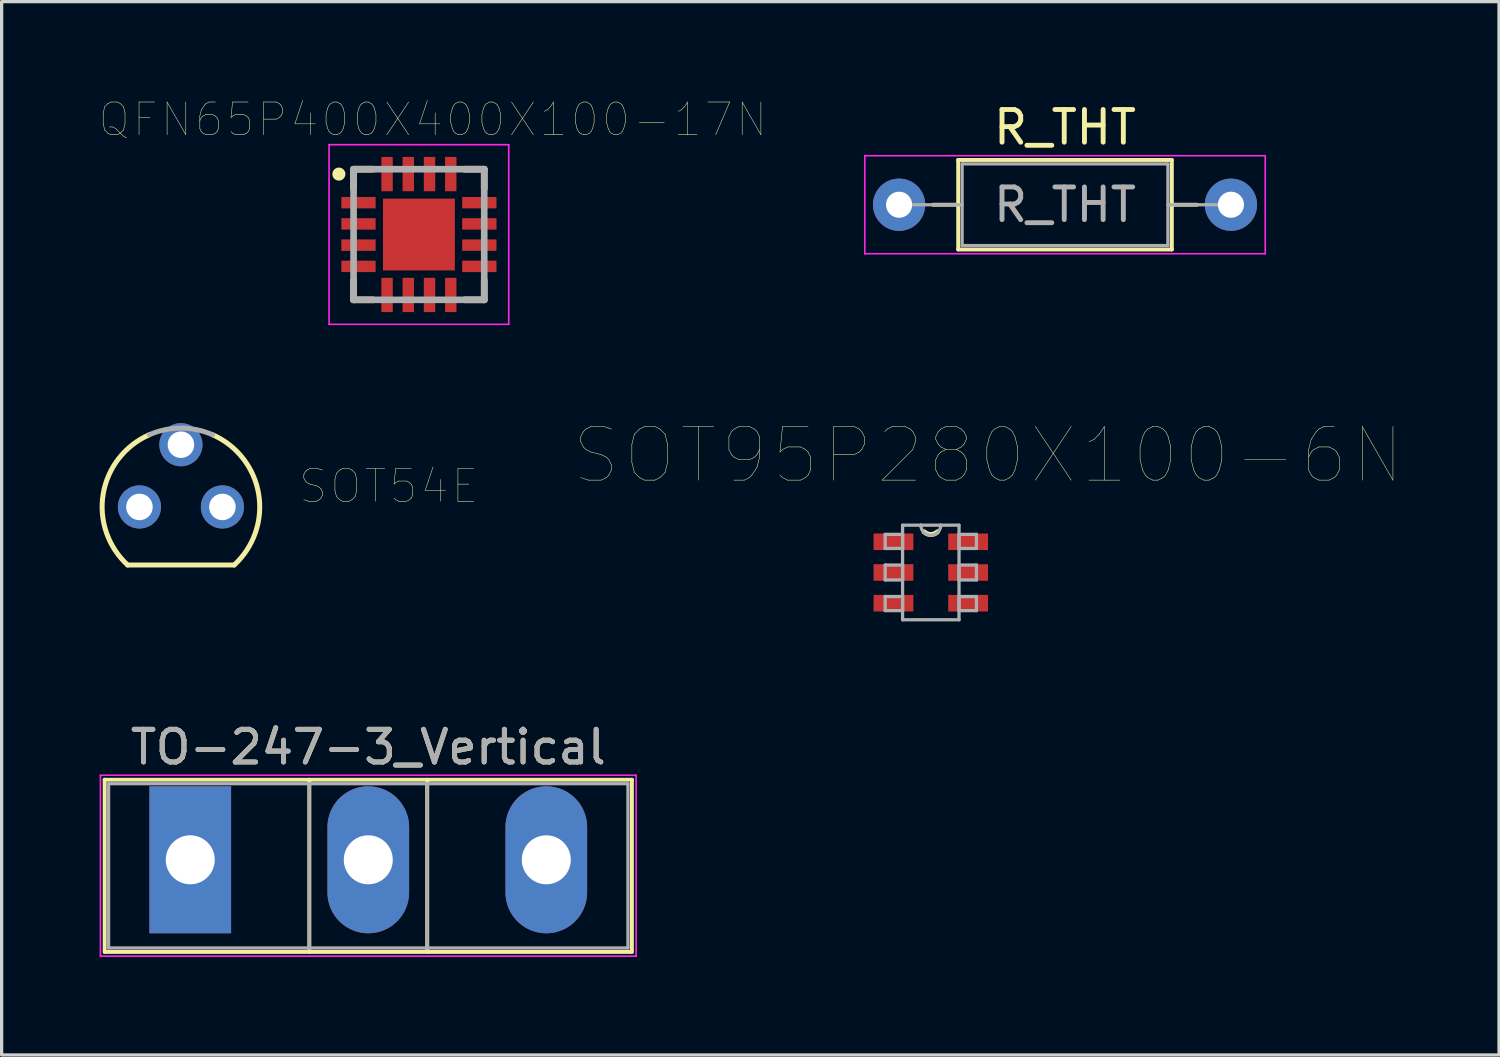
<source format=kicad_pcb>
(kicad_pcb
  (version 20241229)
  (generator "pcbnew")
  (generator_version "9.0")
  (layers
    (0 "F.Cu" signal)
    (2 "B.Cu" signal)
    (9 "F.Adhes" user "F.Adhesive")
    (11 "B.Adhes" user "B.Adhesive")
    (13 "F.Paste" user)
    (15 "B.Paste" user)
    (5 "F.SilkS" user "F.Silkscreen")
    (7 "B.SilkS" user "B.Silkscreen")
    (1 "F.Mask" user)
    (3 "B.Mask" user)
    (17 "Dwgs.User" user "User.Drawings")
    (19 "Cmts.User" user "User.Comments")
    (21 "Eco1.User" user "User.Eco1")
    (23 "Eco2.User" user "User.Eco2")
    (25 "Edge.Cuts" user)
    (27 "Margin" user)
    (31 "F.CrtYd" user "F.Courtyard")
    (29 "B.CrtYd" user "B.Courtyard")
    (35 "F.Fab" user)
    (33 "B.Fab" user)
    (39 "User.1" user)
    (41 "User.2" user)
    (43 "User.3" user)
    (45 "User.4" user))
  (footprint "QFN65P400X400X100-17N"
    (layer "F.Cu")
    (at 9.775 4.13)
    (property "Reference" "QFN65P400X400X100-17N" (at 0.426 -3.518 0) (layer "F.SilkS") (effects (font (size 1.002 1.002) (thickness 0.015))))
    (attr through_hole)
    (fp_line (start -2 -2) (end -2 -1.4) (stroke (width 0.203) (type solid)) (layer "F.SilkS"))
    (fp_line (start -2 -2) (end -1.4 -2) (stroke (width 0.203) (type solid)) (layer "F.SilkS"))
    (fp_line (start -2 2) (end -2 1.4) (stroke (width 0.203) (type solid)) (layer "F.SilkS"))
    (fp_line (start -2 2) (end -1.4 2) (stroke (width 0.203) (type solid)) (layer "F.SilkS"))
    (fp_line (start 2 -2) (end 1.4 -2) (stroke (width 0.203) (type solid)) (layer "F.SilkS"))
    (fp_line (start 2 -2) (end 2 -1.4) (stroke (width 0.203) (type solid)) (layer "F.SilkS"))
    (fp_line (start 2 2) (end 1.4 2) (stroke (width 0.203) (type solid)) (layer "F.SilkS"))
    (fp_line (start 2 2) (end 2 1.4) (stroke (width 0.203) (type solid)) (layer "F.SilkS"))
    (fp_circle (center -2.45 -1.85) (end -2.25 -1.85) (stroke (width 0) (type solid)) (fill yes) (layer "F.SilkS"))
    (fp_poly (pts (xy -0.696 -0.695) (xy 0.695 -0.695) (xy 0.695 0.696) (xy -0.696 0.696)) (stroke (width 0.01) (type solid)) (fill yes) (layer "F.Paste"))
    (fp_line (start -2.75 -2.75) (end 2.75 -2.75) (stroke (width 0.05) (type solid)) (layer "F.CrtYd"))
    (fp_line (start -2.75 2.75) (end -2.75 -2.75) (stroke (width 0.05) (type solid)) (layer "F.CrtYd"))
    (fp_line (start 2.75 -2.75) (end 2.75 2.75) (stroke (width 0.05) (type solid)) (layer "F.CrtYd"))
    (fp_line (start 2.75 2.75) (end -2.75 2.75) (stroke (width 0.05) (type solid)) (layer "F.CrtYd"))
    (fp_line (start -2 -2) (end -2 2) (stroke (width 0.203) (type solid)) (layer "F.Fab"))
    (fp_line (start -2 2) (end 2 2) (stroke (width 0.203) (type solid)) (layer "F.Fab"))
    (fp_line (start 2 -2) (end -2 -2) (stroke (width 0.203) (type solid)) (layer "F.Fab"))
    (fp_line (start 2 2) (end 2 -2) (stroke (width 0.203) (type solid)) (layer "F.Fab"))
    (pad "1" smd rect (at -1.85 -0.975) (size 1.05 0.35) (layers "F.Cu" "F.Mask" "F.Paste"))
    (pad "2" smd rect (at -1.85 -0.325) (size 1.05 0.35) (layers "F.Cu" "F.Mask" "F.Paste"))
    (pad "3" smd rect (at -1.85 0.325) (size 1.05 0.35) (layers "F.Cu" "F.Mask" "F.Paste"))
    (pad "4" smd rect (at -1.85 0.975) (size 1.05 0.35) (layers "F.Cu" "F.Mask" "F.Paste"))
    (pad "5" smd rect (at -0.975 1.85) (size 0.35 1.05) (layers "F.Cu" "F.Mask" "F.Paste"))
    (pad "6" smd rect (at -0.325 1.85) (size 0.35 1.05) (layers "F.Cu" "F.Mask" "F.Paste"))
    (pad "7" smd rect (at 0.325 1.85) (size 0.35 1.05) (layers "F.Cu" "F.Mask" "F.Paste"))
    (pad "8" smd rect (at 0.975 1.85) (size 0.35 1.05) (layers "F.Cu" "F.Mask" "F.Paste"))
    (pad "9" smd rect (at 1.85 0.975) (size 1.05 0.35) (layers "F.Cu" "F.Mask" "F.Paste"))
    (pad "10" smd rect (at 1.85 0.325) (size 1.05 0.35) (layers "F.Cu" "F.Mask" "F.Paste"))
    (pad "11" smd rect (at 1.85 -0.325) (size 1.05 0.35) (layers "F.Cu" "F.Mask" "F.Paste"))
    (pad "12" smd rect (at 1.85 -0.975) (size 1.05 0.35) (layers "F.Cu" "F.Mask" "F.Paste"))
    (pad "13" smd rect (at 0.975 -1.85) (size 0.35 1.05) (layers "F.Cu" "F.Mask" "F.Paste"))
    (pad "14" smd rect (at 0.325 -1.85) (size 0.35 1.05) (layers "F.Cu" "F.Mask" "F.Paste"))
    (pad "15" smd rect (at -0.325 -1.85) (size 0.35 1.05) (layers "F.Cu" "F.Mask" "F.Paste"))
    (pad "16" smd rect (at -0.975 -1.85) (size 0.35 1.05) (layers "F.Cu" "F.Mask" "F.Paste"))
    (pad "17" smd rect (at 0 0) (size 2.2 2.2) (layers "F.Cu" "F.Mask")))
  (footprint "SOT95P280X100-6N"
    (layer "F.Cu")
    (at 25.447 14.477)
    (property "Reference" "SOT95P280X100-6N" (at 1.755 -3.586 0) (layer "F.SilkS") (effects (font (size 1.642 1.642) (thickness 0.015))))
    (attr through_hole)
    (fp_arc (start 0.2032 -1.2446) (mid 0 -1.162502) (end -0.2032 -1.2446) (stroke (width 0.1524) (type solid)) (layer "F.SilkS"))
    (fp_line (start -1.397 -1.168) (end -1.397 -0.737) (stroke (width 0.1) (type solid)) (layer "F.Fab"))
    (fp_line (start -1.397 -0.737) (end -0.864 -0.737) (stroke (width 0.1) (type solid)) (layer "F.Fab"))
    (fp_line (start -1.397 -0.229) (end -1.397 0.229) (stroke (width 0.1) (type solid)) (layer "F.Fab"))
    (fp_line (start -1.397 0.229) (end -0.864 0.229) (stroke (width 0.1) (type solid)) (layer "F.Fab"))
    (fp_line (start -1.397 0.737) (end -1.397 1.168) (stroke (width 0.1) (type solid)) (layer "F.Fab"))
    (fp_line (start -1.397 1.168) (end -0.864 1.168) (stroke (width 0.1) (type solid)) (layer "F.Fab"))
    (fp_line (start -0.864 -1.448) (end -0.864 1.448) (stroke (width 0.1) (type solid)) (layer "F.Fab"))
    (fp_line (start -0.864 -1.168) (end -1.397 -1.168) (stroke (width 0.1) (type solid)) (layer "F.Fab"))
    (fp_line (start -0.864 -0.737) (end -0.864 -1.168) (stroke (width 0.1) (type solid)) (layer "F.Fab"))
    (fp_line (start -0.864 -0.229) (end -1.397 -0.229) (stroke (width 0.1) (type solid)) (layer "F.Fab"))
    (fp_line (start -0.864 0.229) (end -0.864 -0.229) (stroke (width 0.1) (type solid)) (layer "F.Fab"))
    (fp_line (start -0.864 0.737) (end -1.397 0.737) (stroke (width 0.1) (type solid)) (layer "F.Fab"))
    (fp_line (start -0.864 1.168) (end -0.864 0.737) (stroke (width 0.1) (type solid)) (layer "F.Fab"))
    (fp_line (start -0.864 1.448) (end 0.864 1.448) (stroke (width 0.1) (type solid)) (layer "F.Fab"))
    (fp_line (start -0.305 -1.448) (end -0.864 -1.448) (stroke (width 0.1) (type solid)) (layer "F.Fab"))
    (fp_line (start 0.305 -1.448) (end -0.305 -1.448) (stroke (width 0.1) (type solid)) (layer "F.Fab"))
    (fp_line (start 0.864 -1.448) (end 0.305 -1.448) (stroke (width 0.1) (type solid)) (layer "F.Fab"))
    (fp_line (start 0.864 -1.168) (end 0.864 -0.737) (stroke (width 0.1) (type solid)) (layer "F.Fab"))
    (fp_line (start 0.864 -0.737) (end 1.397 -0.737) (stroke (width 0.1) (type solid)) (layer "F.Fab"))
    (fp_line (start 0.864 -0.229) (end 0.864 0.229) (stroke (width 0.1) (type solid)) (layer "F.Fab"))
    (fp_line (start 0.864 0.229) (end 1.397 0.229) (stroke (width 0.1) (type solid)) (layer "F.Fab"))
    (fp_line (start 0.864 0.737) (end 0.864 1.168) (stroke (width 0.1) (type solid)) (layer "F.Fab"))
    (fp_line (start 0.864 1.168) (end 1.397 1.168) (stroke (width 0.1) (type solid)) (layer "F.Fab"))
    (fp_line (start 0.864 1.448) (end 0.864 -1.448) (stroke (width 0.1) (type solid)) (layer "F.Fab"))
    (fp_line (start 1.397 -1.168) (end 0.864 -1.168) (stroke (width 0.1) (type solid)) (layer "F.Fab"))
    (fp_line (start 1.397 -0.737) (end 1.397 -1.168) (stroke (width 0.1) (type solid)) (layer "F.Fab"))
    (fp_line (start 1.397 -0.229) (end 0.864 -0.229) (stroke (width 0.1) (type solid)) (layer "F.Fab"))
    (fp_line (start 1.397 0.229) (end 1.397 -0.229) (stroke (width 0.1) (type solid)) (layer "F.Fab"))
    (fp_line (start 1.397 0.737) (end 0.864 0.737) (stroke (width 0.1) (type solid)) (layer "F.Fab"))
    (fp_line (start 1.397 1.168) (end 1.397 0.737) (stroke (width 0.1) (type solid)) (layer "F.Fab"))
    (fp_arc (start 0.3048 -1.4478) (mid 0 -1.143) (end -0.3048 -1.4478) (stroke (width 0.1) (type solid)) (layer "F.Fab"))
    (pad "1" smd rect (at -1.143 -0.94) (size 1.219 0.508) (layers "F.Cu" "F.Mask" "F.Paste"))
    (pad "2" smd rect (at -1.143 0) (size 1.219 0.508) (layers "F.Cu" "F.Mask" "F.Paste"))
    (pad "3" smd rect (at -1.143 0.94) (size 1.219 0.508) (layers "F.Cu" "F.Mask" "F.Paste"))
    (pad "4" smd rect (at 1.143 0.94) (size 1.219 0.508) (layers "F.Cu" "F.Mask" "F.Paste"))
    (pad "5" smd rect (at 1.143 0) (size 1.219 0.508) (layers "F.Cu" "F.Mask" "F.Paste"))
    (pad "6" smd rect (at 1.143 -0.94) (size 1.219 0.508) (layers "F.Cu" "F.Mask" "F.Paste")))
  (footprint "R_THT"
    (layer "F.Cu")
    (at 24.476 3.218)
    (property "Reference" "R_THT" (at 5.08 -2.37 0) (layer "F.SilkS") (effects (font (size 1 1) (thickness 0.15))))
    (attr through_hole)
    (fp_line (start 1.04 0) (end 1.81 0) (stroke (width 0.12) (type solid)) (layer "F.SilkS"))
    (fp_line (start 1.81 -1.37) (end 1.81 1.37) (stroke (width 0.12) (type solid)) (layer "F.SilkS"))
    (fp_line (start 1.81 1.37) (end 8.35 1.37) (stroke (width 0.12) (type solid)) (layer "F.SilkS"))
    (fp_line (start 8.35 -1.37) (end 1.81 -1.37) (stroke (width 0.12) (type solid)) (layer "F.SilkS"))
    (fp_line (start 8.35 1.37) (end 8.35 -1.37) (stroke (width 0.12) (type solid)) (layer "F.SilkS"))
    (fp_line (start 9.12 0) (end 8.35 0) (stroke (width 0.12) (type solid)) (layer "F.SilkS"))
    (fp_line (start -1.05 -1.5) (end -1.05 1.5) (stroke (width 0.05) (type solid)) (layer "F.CrtYd"))
    (fp_line (start -1.05 1.5) (end 11.21 1.5) (stroke (width 0.05) (type solid)) (layer "F.CrtYd"))
    (fp_line (start 11.21 -1.5) (end -1.05 -1.5) (stroke (width 0.05) (type solid)) (layer "F.CrtYd"))
    (fp_line (start 11.21 1.5) (end 11.21 -1.5) (stroke (width 0.05) (type solid)) (layer "F.CrtYd"))
    (fp_line (start 0 0) (end 1.93 0) (stroke (width 0.1) (type solid)) (layer "F.Fab"))
    (fp_line (start 1.93 -1.25) (end 1.93 1.25) (stroke (width 0.1) (type solid)) (layer "F.Fab"))
    (fp_line (start 1.93 1.25) (end 8.23 1.25) (stroke (width 0.1) (type solid)) (layer "F.Fab"))
    (fp_line (start 8.23 -1.25) (end 1.93 -1.25) (stroke (width 0.1) (type solid)) (layer "F.Fab"))
    (fp_line (start 8.23 1.25) (end 8.23 -1.25) (stroke (width 0.1) (type solid)) (layer "F.Fab"))
    (fp_line (start 10.16 0) (end 8.23 0) (stroke (width 0.1) (type solid)) (layer "F.Fab"))
    (fp_text user "${REFERENCE}" (at 5.08 0 0) (layer "F.Fab") (effects (font (size 1 1) (thickness 0.15))))
    (pad "1" thru_hole circle (at 0 0) (size 1.6 1.6) (drill 0.8) (layers "*.Cu" "*.Mask"))
    (pad "2" thru_hole oval (at 10.16 0) (size 1.6 1.6) (drill 0.8) (layers "*.Cu" "*.Mask")))
  (footprint "TO-247-3_Vertical"
    (layer "F.Cu")
    (at 2.775 23.273)
    (property "Reference" "TO-247-3_Vertical" (at 5.45 -3.45 0) (layer "F.SilkS") (effects (font (size 1 1) (thickness 0.15))))
    (attr through_hole)
    (fp_line (start -2.62 -2.451) (end -2.62 2.82) (stroke (width 0.12) (type solid)) (layer "F.SilkS"))
    (fp_line (start -2.62 -2.451) (end 13.52 -2.451) (stroke (width 0.12) (type solid)) (layer "F.SilkS"))
    (fp_line (start -2.62 2.82) (end 13.52 2.82) (stroke (width 0.12) (type solid)) (layer "F.SilkS"))
    (fp_line (start 3.646 -2.451) (end 3.646 2.82) (stroke (width 0.12) (type solid)) (layer "F.SilkS"))
    (fp_line (start 7.255 -2.451) (end 7.255 2.82) (stroke (width 0.12) (type solid)) (layer "F.SilkS"))
    (fp_line (start 13.52 -2.451) (end 13.52 2.82) (stroke (width 0.12) (type solid)) (layer "F.SilkS"))
    (fp_line (start -2.75 -2.59) (end -2.75 2.95) (stroke (width 0.05) (type solid)) (layer "F.CrtYd"))
    (fp_line (start -2.75 2.95) (end 13.65 2.95) (stroke (width 0.05) (type solid)) (layer "F.CrtYd"))
    (fp_line (start 13.65 -2.59) (end -2.75 -2.59) (stroke (width 0.05) (type solid)) (layer "F.CrtYd"))
    (fp_line (start 13.65 2.95) (end 13.65 -2.59) (stroke (width 0.05) (type solid)) (layer "F.CrtYd"))
    (fp_line (start -2.5 -2.33) (end -2.5 2.7) (stroke (width 0.1) (type solid)) (layer "F.Fab"))
    (fp_line (start -2.5 2.7) (end 13.4 2.7) (stroke (width 0.1) (type solid)) (layer "F.Fab"))
    (fp_line (start 3.645 -2.33) (end 3.645 2.7) (stroke (width 0.1) (type solid)) (layer "F.Fab"))
    (fp_line (start 7.255 -2.33) (end 7.255 2.7) (stroke (width 0.1) (type solid)) (layer "F.Fab"))
    (fp_line (start 13.4 -2.33) (end -2.5 -2.33) (stroke (width 0.1) (type solid)) (layer "F.Fab"))
    (fp_line (start 13.4 2.7) (end 13.4 -2.33) (stroke (width 0.1) (type solid)) (layer "F.Fab"))
    (fp_text user "${REFERENCE}" (at 5.45 -3.45 0) (layer "F.Fab") (effects (font (size 1 1) (thickness 0.15))))
    (pad "1" thru_hole rect (at 0 0) (size 2.5 4.5) (drill 1.5) (layers "*.Cu" "*.Mask"))
    (pad "2" thru_hole oval (at 5.45 0) (size 2.5 4.5) (drill 1.5) (layers "*.Cu" "*.Mask"))
    (pad "3" thru_hole oval (at 10.9 0) (size 2.5 4.5) (drill 1.5) (layers "*.Cu" "*.Mask")))
  (footprint "SOT54E"
    (layer "F.Cu")
    (at 2.489 12.47)
    (property "Reference" "SOT54E" (at 6.359 -0.636 0) (layer "F.SilkS") (effects (font (size 1.001 1.001) (thickness 0.015))))
    (attr through_hole)
    (fp_line (start -1.631 1.778) (end 1.631 1.778) (stroke (width 0.152) (type solid)) (layer "F.SilkS"))
    (fp_arc (start -1.631001 1.778) (mid -2.380096 -0.395238) (end -0.9689 -2.2098) (stroke (width 0.1524) (type solid)) (layer "F.SilkS"))
    (fp_arc (start 0.9689 -2.209799) (mid 2.380094 -0.395238) (end 1.631 1.778) (stroke (width 0.1524) (type solid)) (layer "F.SilkS"))
    (fp_arc (start -0.9692 -2.2098) (mid 0 -2.412999) (end 0.9692 -2.2098) (stroke (width 0.1524) (type solid)) (layer "F.Fab"))
    (pad "1" thru_hole circle (at -1.27 0) (size 1.321 1.321) (drill 0.813) (layers "*.Cu" "*.Mask"))
    (pad "2" thru_hole circle (at 0 -1.905) (size 1.321 1.321) (drill 0.813) (layers "*.Cu" "*.Mask"))
    (pad "3" thru_hole circle (at 1.27 0) (size 1.321 1.321) (drill 0.813) (layers "*.Cu" "*.Mask")))
  (gr_rect
    (start -3 -3)
    (end 42.843 29.248)
    (stroke (width 0.1) (type default))
    (fill no)
    (layer "Edge.Cuts")))
</source>
